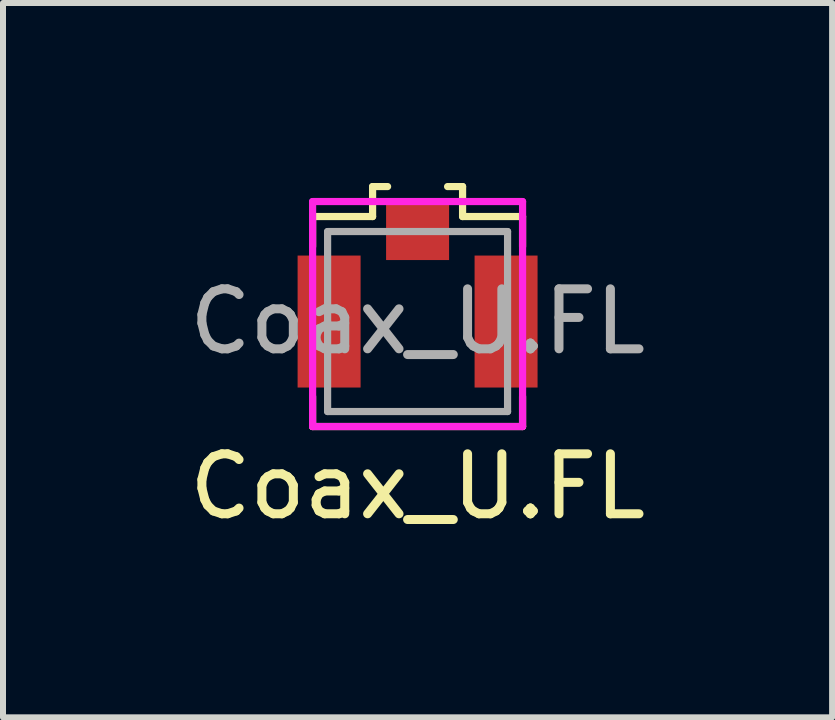
<source format=kicad_pcb>
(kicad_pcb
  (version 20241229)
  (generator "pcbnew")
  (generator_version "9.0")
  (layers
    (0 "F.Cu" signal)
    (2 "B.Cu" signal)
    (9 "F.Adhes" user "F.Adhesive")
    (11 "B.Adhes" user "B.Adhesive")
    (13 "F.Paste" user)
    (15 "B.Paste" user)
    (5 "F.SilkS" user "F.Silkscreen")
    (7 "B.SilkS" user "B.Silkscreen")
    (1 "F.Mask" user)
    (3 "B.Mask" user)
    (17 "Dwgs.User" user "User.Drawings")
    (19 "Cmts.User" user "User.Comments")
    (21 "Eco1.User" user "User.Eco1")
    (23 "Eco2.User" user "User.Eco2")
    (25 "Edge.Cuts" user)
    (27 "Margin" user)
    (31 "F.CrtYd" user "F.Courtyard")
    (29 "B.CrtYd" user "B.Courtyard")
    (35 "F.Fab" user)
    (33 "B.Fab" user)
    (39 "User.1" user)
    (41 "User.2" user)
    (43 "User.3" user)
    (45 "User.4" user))
  (footprint "Coax_U.FL"
    (layer "F.Cu")
    (at 3.911 2.31)
    (property "Reference" "Coax_U.FL" (at 0 2.75 0) (layer "F.SilkS") (effects (font (size 1 1) (thickness 0.15))))
    (attr through_hole)
    (fp_line (start -1.75 -1.75) (end -0.75 -1.75) (stroke (width 0.12) (type solid)) (layer "F.SilkS"))
    (fp_line (start -1.75 -1.25) (end -1.75 -1.75) (stroke (width 0.12) (type solid)) (layer "F.SilkS"))
    (fp_line (start -1.75 1.75) (end -1.75 1.25) (stroke (width 0.12) (type solid)) (layer "F.SilkS"))
    (fp_line (start -0.75 -2.25) (end -0.75 -1.75) (stroke (width 0.12) (type solid)) (layer "F.SilkS"))
    (fp_line (start -0.75 -2.25) (end -0.5 -2.25) (stroke (width 0.12) (type solid)) (layer "F.SilkS"))
    (fp_line (start 0.5 -2.25) (end 0.75 -2.25) (stroke (width 0.12) (type solid)) (layer "F.SilkS"))
    (fp_line (start 0.75 -2.25) (end 0.75 -1.75) (stroke (width 0.12) (type solid)) (layer "F.SilkS"))
    (fp_line (start 0.75 -1.75) (end 1.75 -1.75) (stroke (width 0.12) (type solid)) (layer "F.SilkS"))
    (fp_line (start 1.75 -1.75) (end 1.75 -1.25) (stroke (width 0.12) (type solid)) (layer "F.SilkS"))
    (fp_line (start 1.75 1.25) (end 1.75 1.75) (stroke (width 0.12) (type solid)) (layer "F.SilkS"))
    (fp_line (start 1.75 1.75) (end -1.75 1.75) (stroke (width 0.12) (type solid)) (layer "F.SilkS"))
    (fp_line (start -1.75 -2) (end -1.75 1.75) (stroke (width 0.12) (type solid)) (layer "F.CrtYd"))
    (fp_line (start -1.75 1.75) (end 1.75 1.75) (stroke (width 0.12) (type solid)) (layer "F.CrtYd"))
    (fp_line (start 1.75 -2) (end -1.75 -2) (stroke (width 0.12) (type solid)) (layer "F.CrtYd"))
    (fp_line (start 1.75 1.75) (end 1.75 -2) (stroke (width 0.12) (type solid)) (layer "F.CrtYd"))
    (fp_line (start -1.5 -1.5) (end 1.5 -1.5) (stroke (width 0.12) (type solid)) (layer "F.Fab"))
    (fp_line (start -1.5 0) (end -1.5 -1.5) (stroke (width 0.12) (type solid)) (layer "F.Fab"))
    (fp_line (start -1.5 1.5) (end -1.5 0) (stroke (width 0.12) (type solid)) (layer "F.Fab"))
    (fp_line (start 1.5 -1.5) (end 1.5 1.5) (stroke (width 0.12) (type solid)) (layer "F.Fab"))
    (fp_line (start 1.5 1.5) (end -1.5 1.5) (stroke (width 0.12) (type solid)) (layer "F.Fab"))
    (fp_text user "${REFERENCE}" (at 0 0 0) (layer "F.Fab") (effects (font (size 1 1) (thickness 0.15))))
    (pad "1" smd rect (at 0 -1.525) (size 1.05 1) (layers "F.Cu" "F.Mask" "F.Paste"))
    (pad "2" smd rect (at -1.475 0) (size 1.05 2.2) (layers "F.Cu" "F.Mask" "F.Paste"))
    (pad "3" smd rect (at 1.475 0) (size 1.05 2.2) (layers "F.Cu" "F.Mask" "F.Paste")))
  (gr_rect
    (start -3 -3)
    (end 10.821 8.908)
    (stroke (width 0.1) (type default))
    (fill no)
    (layer "Edge.Cuts")))
</source>
